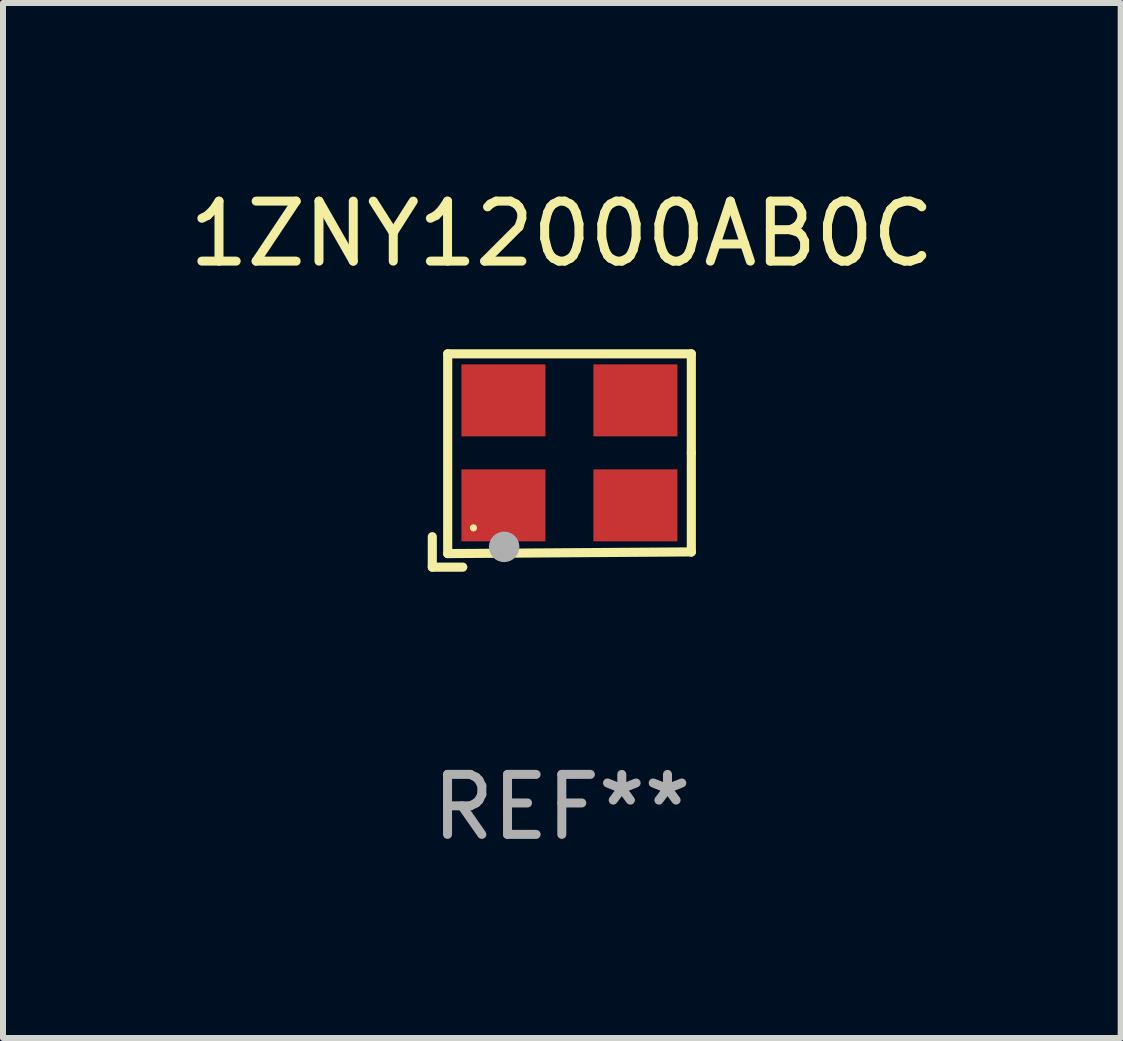
<source format=kicad_pcb>
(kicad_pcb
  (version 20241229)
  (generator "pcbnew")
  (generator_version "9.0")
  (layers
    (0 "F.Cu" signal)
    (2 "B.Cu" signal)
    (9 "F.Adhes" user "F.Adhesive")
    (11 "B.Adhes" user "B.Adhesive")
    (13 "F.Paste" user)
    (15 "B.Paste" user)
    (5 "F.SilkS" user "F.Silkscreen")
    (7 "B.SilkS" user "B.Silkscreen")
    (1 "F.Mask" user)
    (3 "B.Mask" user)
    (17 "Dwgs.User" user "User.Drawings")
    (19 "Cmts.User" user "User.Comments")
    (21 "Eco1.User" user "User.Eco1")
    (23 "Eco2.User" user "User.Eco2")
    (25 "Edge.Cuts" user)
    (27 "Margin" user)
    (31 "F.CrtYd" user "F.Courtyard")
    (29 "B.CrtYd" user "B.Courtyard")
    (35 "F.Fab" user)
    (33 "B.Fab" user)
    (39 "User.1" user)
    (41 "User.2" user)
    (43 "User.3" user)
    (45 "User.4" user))
  (footprint "1ZNY12000AB0C"
    (layer "F.Cu")
    (at 6.315 4.626)
    (property "Reference" "1ZNY12000AB0C" (at 0 -3.778 0) (layer "F.SilkS") (effects (font (size 1 1) (thickness 0.15))))
    (attr through_hole)
    (fp_line (start -2.159 1.27) (end -2.159 1.778) (stroke (width 0.152) (type solid)) (layer "F.SilkS"))
    (fp_line (start -2.159 1.778) (end -1.651 1.778) (stroke (width 0.152) (type solid)) (layer "F.SilkS"))
    (fp_line (start -1.902 -1.778) (end 2.159 -1.778) (stroke (width 0.152) (type solid)) (layer "F.SilkS"))
    (fp_line (start -1.902 1.552) (end -1.902 -1.778) (stroke (width 0.152) (type solid)) (layer "F.SilkS"))
    (fp_line (start 2.159 -1.778) (end 2.159 -0.127) (stroke (width 0.152) (type solid)) (layer "F.SilkS"))
    (fp_line (start 2.159 -0.127) (end 2.159 1.524) (stroke (width 0.152) (type solid)) (layer "F.SilkS"))
    (fp_line (start 2.159 1.524) (end -1.902 1.552) (stroke (width 0.152) (type solid)) (layer "F.SilkS"))
    (fp_line (start 2.159 1.524) (end 2.159 1.524) (stroke (width 0.152) (type solid)) (layer "F.SilkS"))
    (fp_circle (center -1.473 1.123) (end -1.443 1.123) (stroke (width 0.06) (type solid)) (fill no) (layer "F.SilkS"))
    (fp_circle (center -0.961 1.44) (end -0.834 1.44) (stroke (width 0.254) (type solid)) (fill no) (layer "F.Fab"))
    (fp_text user "REF**" (at 0 5.778 0) (layer "F.Fab") (effects (font (size 1 1) (thickness 0.15))))
    (pad "1" smd rect (at -0.973 0.748) (size 1.4 1.2) (layers "F.Cu" "F.Mask" "F.Paste"))
    (pad "2" smd rect (at 1.227 0.748) (size 1.4 1.2) (layers "F.Cu" "F.Mask" "F.Paste"))
    (pad "3" smd rect (at 1.227 -1.002) (size 1.4 1.2) (layers "F.Cu" "F.Mask" "F.Paste"))
    (pad "4" smd rect (at -0.973 -1.002) (size 1.4 1.2) (layers "F.Cu" "F.Mask" "F.Paste")))
  (gr_rect
    (start -3 -3)
    (end 15.631 14.253)
    (stroke (width 0.1) (type default))
    (fill no)
    (layer "Edge.Cuts")))
</source>
